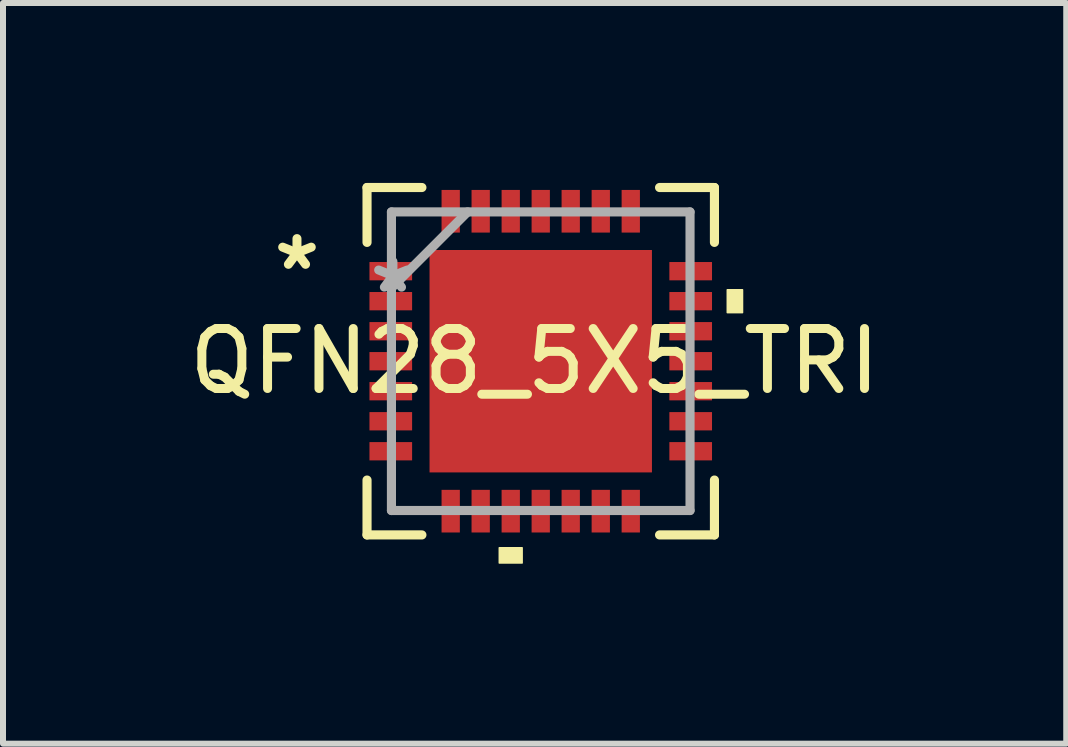
<source format=kicad_pcb>
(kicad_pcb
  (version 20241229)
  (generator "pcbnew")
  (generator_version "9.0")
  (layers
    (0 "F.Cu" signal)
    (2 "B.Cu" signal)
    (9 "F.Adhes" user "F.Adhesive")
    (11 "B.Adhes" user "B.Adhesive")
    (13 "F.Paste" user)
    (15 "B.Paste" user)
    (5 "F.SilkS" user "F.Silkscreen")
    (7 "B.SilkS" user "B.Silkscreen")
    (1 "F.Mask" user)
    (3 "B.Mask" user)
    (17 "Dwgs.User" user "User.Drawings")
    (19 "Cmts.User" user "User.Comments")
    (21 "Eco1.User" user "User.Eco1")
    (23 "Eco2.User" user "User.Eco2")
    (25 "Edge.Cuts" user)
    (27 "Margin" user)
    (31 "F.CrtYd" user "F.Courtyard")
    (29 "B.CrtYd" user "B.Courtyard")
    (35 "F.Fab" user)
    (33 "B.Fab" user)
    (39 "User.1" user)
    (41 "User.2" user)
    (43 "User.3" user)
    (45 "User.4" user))
  (footprint "QFN28_5X5_TRI"
    (layer "F.Cu")
    (at 5.965 2.972)
    (property "Reference" "QFN28_5X5_TRI" (at -0.102 0 0) (layer "F.SilkS") (effects (font (size 1 1) (thickness 0.15))))
    (attr smd)
    (fp_line (start -2.896 -2.896) (end -2.896 -1.981) (stroke (width 0.152) (type solid)) (layer "F.SilkS"))
    (fp_line (start -2.896 1.981) (end -2.896 2.896) (stroke (width 0.152) (type solid)) (layer "F.SilkS"))
    (fp_line (start -2.896 2.896) (end -1.981 2.896) (stroke (width 0.152) (type solid)) (layer "F.SilkS"))
    (fp_line (start -1.981 -2.896) (end -2.896 -2.896) (stroke (width 0.152) (type solid)) (layer "F.SilkS"))
    (fp_line (start 1.981 2.896) (end 2.896 2.896) (stroke (width 0.152) (type solid)) (layer "F.SilkS"))
    (fp_line (start 2.896 -2.896) (end 1.981 -2.896) (stroke (width 0.152) (type solid)) (layer "F.SilkS"))
    (fp_line (start 2.896 -1.981) (end 2.896 -2.896) (stroke (width 0.152) (type solid)) (layer "F.SilkS"))
    (fp_line (start 2.896 2.896) (end 2.896 1.981) (stroke (width 0.152) (type solid)) (layer "F.SilkS"))
    (fp_poly (pts (xy -0.691 3.11) (xy -0.691 3.364) (xy -0.31 3.364) (xy -0.31 3.11)) (stroke (width 0.025) (type solid)) (fill yes) (layer "F.SilkS"))
    (fp_poly (pts (xy 3.364 -1.191) (xy 3.364 -0.81) (xy 3.11 -0.81) (xy 3.11 -1.191)) (stroke (width 0.025) (type solid)) (fill yes) (layer "F.SilkS"))
    (fp_poly (pts (xy -1.754 -1.754) (xy -1.754 -0.1) (xy -0.1 -0.1) (xy -0.1 -1.754)) (stroke (width 0.025) (type solid)) (fill yes) (layer "F.Paste"))
    (fp_poly (pts (xy -1.754 0.1) (xy -1.754 1.754) (xy -0.1 1.754) (xy -0.1 0.1)) (stroke (width 0.025) (type solid)) (fill yes) (layer "F.Paste"))
    (fp_poly (pts (xy 0.1 -1.754) (xy 0.1 -0.1) (xy 1.754 -0.1) (xy 1.754 -1.754)) (stroke (width 0.025) (type solid)) (fill yes) (layer "F.Paste"))
    (fp_poly (pts (xy 0.1 0.1) (xy 0.1 1.754) (xy 1.754 1.754) (xy 1.754 0.1)) (stroke (width 0.025) (type solid)) (fill yes) (layer "F.Paste"))
    (fp_line (start -2.489 -2.489) (end -2.489 2.489) (stroke (width 0.152) (type solid)) (layer "F.Fab"))
    (fp_line (start -2.489 -1.219) (end -1.219 -2.489) (stroke (width 0.152) (type solid)) (layer "F.Fab"))
    (fp_line (start -2.489 2.489) (end 2.489 2.489) (stroke (width 0.152) (type solid)) (layer "F.Fab"))
    (fp_line (start 2.489 -2.489) (end -2.489 -2.489) (stroke (width 0.152) (type solid)) (layer "F.Fab"))
    (fp_line (start 2.489 2.489) (end 2.489 -2.489) (stroke (width 0.152) (type solid)) (layer "F.Fab"))
    (fp_text user "*" (at -4.064 -1.499 0) (layer "F.SilkS") (effects (font (size 1 1) (thickness 0.15))))
    (fp_text user "*" (at -2.464 -1.118 0) (layer "F.Fab") (effects (font (size 1 1) (thickness 0.15))))
    (pad "1" smd rect (at -2.5 -1.501 270) (size 0.305 0.711) (layers "F.Cu" "F.Mask" "F.Paste"))
    (pad "2" smd rect (at -2.5 -1.001 270) (size 0.305 0.711) (layers "F.Cu" "F.Mask" "F.Paste"))
    (pad "3" smd rect (at -2.5 -0.5 270) (size 0.305 0.711) (layers "F.Cu" "F.Mask" "F.Paste"))
    (pad "4" smd rect (at -2.5 0 270) (size 0.305 0.711) (layers "F.Cu" "F.Mask" "F.Paste"))
    (pad "5" smd rect (at -2.5 0.5 270) (size 0.305 0.711) (layers "F.Cu" "F.Mask" "F.Paste"))
    (pad "6" smd rect (at -2.5 1.001 270) (size 0.305 0.711) (layers "F.Cu" "F.Mask" "F.Paste"))
    (pad "7" smd rect (at -2.5 1.501 270) (size 0.305 0.711) (layers "F.Cu" "F.Mask" "F.Paste"))
    (pad "8" smd rect (at -1.501 2.5 180) (size 0.305 0.711) (layers "F.Cu" "F.Mask" "F.Paste"))
    (pad "9" smd rect (at -1.001 2.5 180) (size 0.305 0.711) (layers "F.Cu" "F.Mask" "F.Paste"))
    (pad "10" smd rect (at -0.5 2.5 180) (size 0.305 0.711) (layers "F.Cu" "F.Mask" "F.Paste"))
    (pad "11" smd rect (at 0 2.5 180) (size 0.305 0.711) (layers "F.Cu" "F.Mask" "F.Paste"))
    (pad "12" smd rect (at 0.5 2.5 180) (size 0.305 0.711) (layers "F.Cu" "F.Mask" "F.Paste"))
    (pad "13" smd rect (at 1.001 2.5 180) (size 0.305 0.711) (layers "F.Cu" "F.Mask" "F.Paste"))
    (pad "14" smd rect (at 1.501 2.5 180) (size 0.305 0.711) (layers "F.Cu" "F.Mask" "F.Paste"))
    (pad "15" smd rect (at 2.5 1.501 270) (size 0.305 0.711) (layers "F.Cu" "F.Mask" "F.Paste"))
    (pad "16" smd rect (at 2.5 1.001 270) (size 0.305 0.711) (layers "F.Cu" "F.Mask" "F.Paste"))
    (pad "17" smd rect (at 2.5 0.5 270) (size 0.305 0.711) (layers "F.Cu" "F.Mask" "F.Paste"))
    (pad "18" smd rect (at 2.5 0 270) (size 0.305 0.711) (layers "F.Cu" "F.Mask" "F.Paste"))
    (pad "19" smd rect (at 2.5 -0.5 270) (size 0.305 0.711) (layers "F.Cu" "F.Mask" "F.Paste"))
    (pad "20" smd rect (at 2.5 -1.001 270) (size 0.305 0.711) (layers "F.Cu" "F.Mask" "F.Paste"))
    (pad "21" smd rect (at 2.5 -1.501 270) (size 0.305 0.711) (layers "F.Cu" "F.Mask" "F.Paste"))
    (pad "22" smd rect (at 1.501 -2.5 180) (size 0.305 0.711) (layers "F.Cu" "F.Mask" "F.Paste"))
    (pad "23" smd rect (at 1.001 -2.5 180) (size 0.305 0.711) (layers "F.Cu" "F.Mask" "F.Paste"))
    (pad "24" smd rect (at 0.5 -2.5 180) (size 0.305 0.711) (layers "F.Cu" "F.Mask" "F.Paste"))
    (pad "25" smd rect (at 0 -2.5 180) (size 0.305 0.711) (layers "F.Cu" "F.Mask" "F.Paste"))
    (pad "26" smd rect (at -0.5 -2.5 180) (size 0.305 0.711) (layers "F.Cu" "F.Mask" "F.Paste"))
    (pad "27" smd rect (at -1.001 -2.5 180) (size 0.305 0.711) (layers "F.Cu" "F.Mask" "F.Paste"))
    (pad "28" smd rect (at -1.501 -2.5 180) (size 0.305 0.711) (layers "F.Cu" "F.Mask" "F.Paste"))
    (pad "29" smd rect (at 0 0) (size 3.708 3.708) (layers "F.Cu" "F.Mask")))
  (gr_rect
    (start -3 -3)
    (end 14.726 9.348)
    (stroke (width 0.1) (type default))
    (fill no)
    (layer "Edge.Cuts")))
</source>
